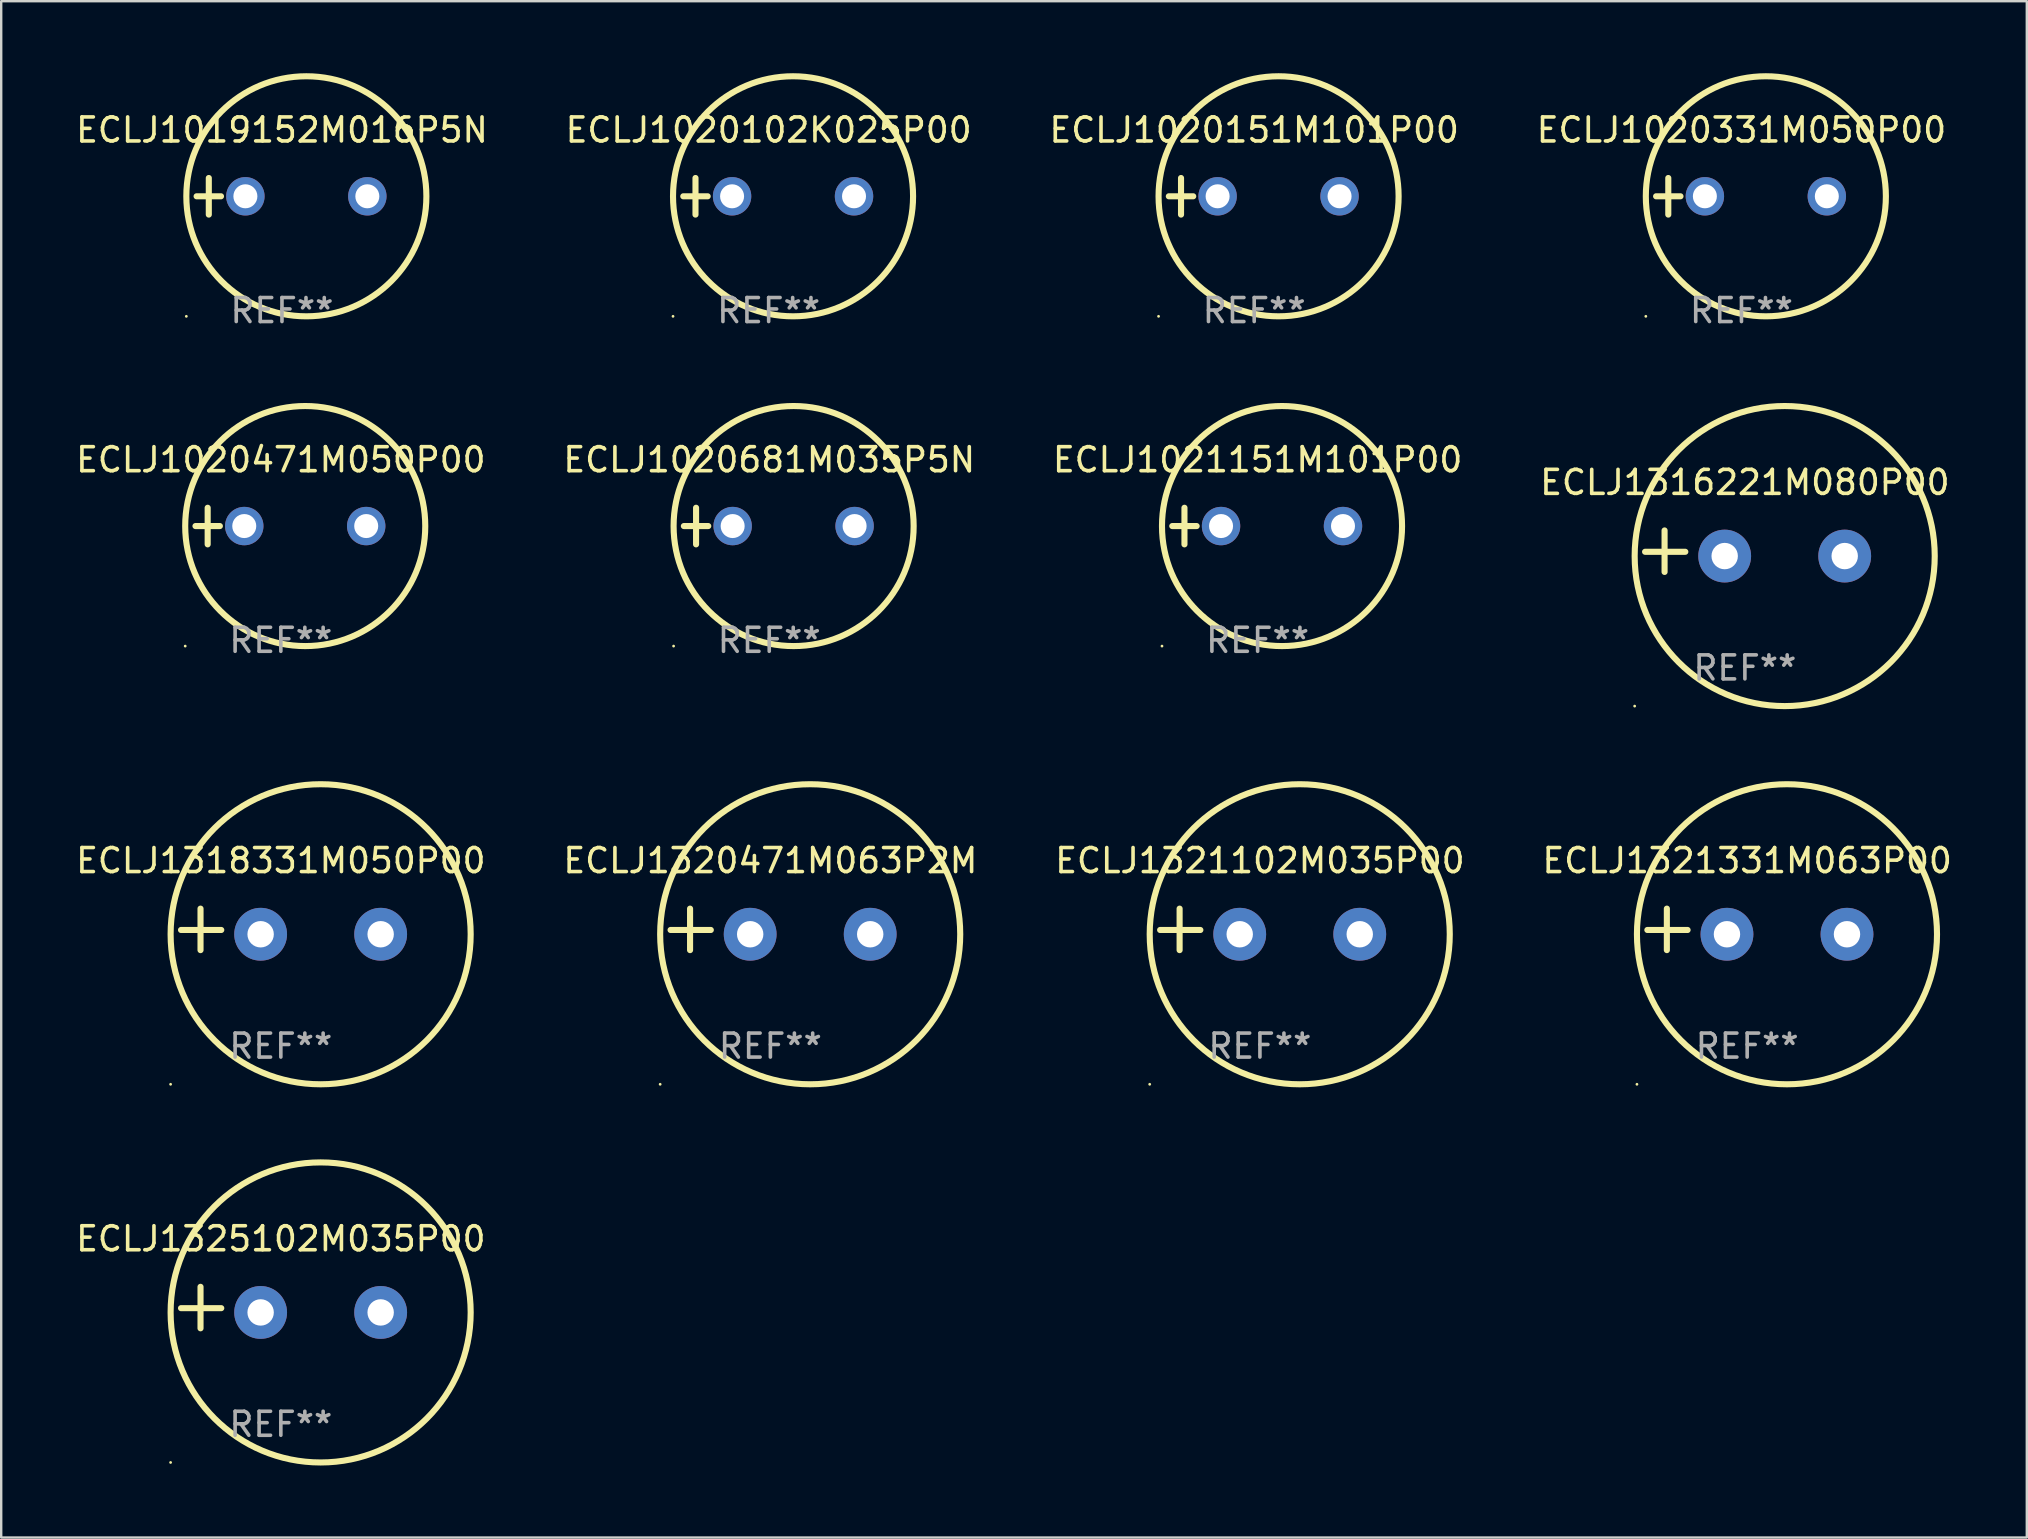
<source format=kicad_pcb>
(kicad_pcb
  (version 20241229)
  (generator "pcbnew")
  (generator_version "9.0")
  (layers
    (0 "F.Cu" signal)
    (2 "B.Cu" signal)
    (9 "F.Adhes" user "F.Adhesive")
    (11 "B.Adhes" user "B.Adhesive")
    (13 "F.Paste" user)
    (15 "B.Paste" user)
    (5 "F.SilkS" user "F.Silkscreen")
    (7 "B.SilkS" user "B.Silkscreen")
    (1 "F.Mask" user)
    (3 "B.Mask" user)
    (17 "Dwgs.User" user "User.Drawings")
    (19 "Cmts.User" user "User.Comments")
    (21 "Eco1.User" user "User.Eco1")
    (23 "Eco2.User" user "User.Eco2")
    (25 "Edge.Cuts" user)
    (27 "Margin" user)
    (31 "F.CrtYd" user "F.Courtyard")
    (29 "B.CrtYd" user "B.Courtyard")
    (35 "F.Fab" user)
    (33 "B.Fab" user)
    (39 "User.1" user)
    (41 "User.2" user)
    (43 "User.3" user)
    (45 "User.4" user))
  (footprint "ECLJ1020151M101P00"
    (layer "F.Cu")
    (at 49.196 5.127)
    (property "Reference" "ECLJ1020151M101P00" (at 0 -2.762 0) (layer "F.SilkS") (effects (font (size 1 1) (thickness 0.15))))
    (attr through_hole)
    (fp_line (start -3.556 0) (end -2.54 0) (stroke (width 0.254) (type solid)) (layer "F.SilkS"))
    (fp_line (start -3.048 -0.762) (end -3.048 0.762) (stroke (width 0.254) (type solid)) (layer "F.SilkS"))
    (fp_circle (center -3.984 5) (end -3.954 5) (stroke (width 0.06) (type solid)) (fill no) (layer "F.SilkS"))
    (fp_circle (center 1.016 0) (end 6.016 0) (stroke (width 0.254) (type solid)) (fill no) (layer "F.SilkS"))
    (fp_text user "REF**" (at 0 4.762 0) (layer "F.Fab") (effects (font (size 1 1) (thickness 0.15))))
    (pad "1" thru_hole circle (at -1.524 0) (size 1.6 1.6) (drill 1) (layers "*.Cu" "*.Mask"))
    (pad "2" thru_hole circle (at 3.556 0) (size 1.6 1.6) (drill 1) (layers "*.Cu" "*.Mask")))
  (footprint "ECLJ1320471M063P2M"
    (layer "F.Cu")
    (at 29.042 35.665)
    (property "Reference" "ECLJ1320471M063P2M" (at 0 -2.864 0) (layer "F.SilkS") (effects (font (size 1 1) (thickness 0.15))))
    (attr through_hole)
    (fp_line (start -3.346 0.864) (end -3.346 -0.864) (stroke (width 0.254) (type solid)) (layer "F.SilkS"))
    (fp_line (start -2.482 0.025) (end -4.158 0.025) (stroke (width 0.254) (type solid)) (layer "F.SilkS"))
    (fp_circle (center -4.592 6.453) (end -4.562 6.453) (stroke (width 0.06) (type solid)) (fill no) (layer "F.SilkS"))
    (fp_circle (center 1.658 0.203) (end 7.908 0.203) (stroke (width 0.254) (type solid)) (fill no) (layer "F.SilkS"))
    (fp_text user "REF**" (at 0 4.864 0) (layer "F.Fab") (effects (font (size 1 1) (thickness 0.15))))
    (pad "1" thru_hole circle (at -0.842 0.203) (size 2.2 2.2) (drill 1.1) (layers "*.Cu" "*.Mask"))
    (pad "2" thru_hole circle (at 4.158 0.203) (size 2.2 2.2) (drill 1.1) (layers "*.Cu" "*.Mask")))
  (footprint "ECLJ1019152M016P5N"
    (layer "F.Cu")
    (at 8.696 5.127)
    (property "Reference" "ECLJ1019152M016P5N" (at 0 -2.762 0) (layer "F.SilkS") (effects (font (size 1 1) (thickness 0.15))))
    (attr through_hole)
    (fp_line (start -3.556 0) (end -2.54 0) (stroke (width 0.254) (type solid)) (layer "F.SilkS"))
    (fp_line (start -3.048 -0.762) (end -3.048 0.762) (stroke (width 0.254) (type solid)) (layer "F.SilkS"))
    (fp_circle (center -3.984 5) (end -3.954 5) (stroke (width 0.06) (type solid)) (fill no) (layer "F.SilkS"))
    (fp_circle (center 1.016 0) (end 6.016 0) (stroke (width 0.254) (type solid)) (fill no) (layer "F.SilkS"))
    (fp_text user "REF**" (at 0 4.762 0) (layer "F.Fab") (effects (font (size 1 1) (thickness 0.15))))
    (pad "1" thru_hole circle (at -1.524 0) (size 1.6 1.6) (drill 1) (layers "*.Cu" "*.Mask"))
    (pad "2" thru_hole circle (at 3.556 0) (size 1.6 1.6) (drill 1) (layers "*.Cu" "*.Mask")))
  (footprint "ECLJ1020681M035P5N"
    (layer "F.Cu")
    (at 28.994 18.864)
    (property "Reference" "ECLJ1020681M035P5N" (at 0 -2.762 0) (layer "F.SilkS") (effects (font (size 1 1) (thickness 0.15))))
    (attr through_hole)
    (fp_line (start -3.556 0) (end -2.54 0) (stroke (width 0.254) (type solid)) (layer "F.SilkS"))
    (fp_line (start -3.048 -0.762) (end -3.048 0.762) (stroke (width 0.254) (type solid)) (layer "F.SilkS"))
    (fp_circle (center -3.984 5) (end -3.954 5) (stroke (width 0.06) (type solid)) (fill no) (layer "F.SilkS"))
    (fp_circle (center 1.016 0) (end 6.016 0) (stroke (width 0.254) (type solid)) (fill no) (layer "F.SilkS"))
    (fp_text user "REF**" (at 0 4.762 0) (layer "F.Fab") (effects (font (size 1 1) (thickness 0.15))))
    (pad "1" thru_hole circle (at -1.524 0) (size 1.6 1.6) (drill 1) (layers "*.Cu" "*.Mask"))
    (pad "2" thru_hole circle (at 3.556 0) (size 1.6 1.6) (drill 1) (layers "*.Cu" "*.Mask")))
  (footprint "ECLJ1321102M035P00"
    (layer "F.Cu")
    (at 49.435 35.665)
    (property "Reference" "ECLJ1321102M035P00" (at 0 -2.864 0) (layer "F.SilkS") (effects (font (size 1 1) (thickness 0.15))))
    (attr through_hole)
    (fp_line (start -3.346 0.864) (end -3.346 -0.864) (stroke (width 0.254) (type solid)) (layer "F.SilkS"))
    (fp_line (start -2.482 0.025) (end -4.158 0.025) (stroke (width 0.254) (type solid)) (layer "F.SilkS"))
    (fp_circle (center -4.592 6.453) (end -4.562 6.453) (stroke (width 0.06) (type solid)) (fill no) (layer "F.SilkS"))
    (fp_circle (center 1.658 0.203) (end 7.908 0.203) (stroke (width 0.254) (type solid)) (fill no) (layer "F.SilkS"))
    (fp_text user "REF**" (at 0 4.864 0) (layer "F.Fab") (effects (font (size 1 1) (thickness 0.15))))
    (pad "1" thru_hole circle (at -0.842 0.203) (size 2.2 2.2) (drill 1.1) (layers "*.Cu" "*.Mask"))
    (pad "2" thru_hole circle (at 4.158 0.203) (size 2.2 2.2) (drill 1.1) (layers "*.Cu" "*.Mask")))
  (footprint "ECLJ1321331M063P00"
    (layer "F.Cu")
    (at 69.732 35.665)
    (property "Reference" "ECLJ1321331M063P00" (at 0 -2.864 0) (layer "F.SilkS") (effects (font (size 1 1) (thickness 0.15))))
    (attr through_hole)
    (fp_line (start -3.346 0.864) (end -3.346 -0.864) (stroke (width 0.254) (type solid)) (layer "F.SilkS"))
    (fp_line (start -2.482 0.025) (end -4.158 0.025) (stroke (width 0.254) (type solid)) (layer "F.SilkS"))
    (fp_circle (center -4.592 6.453) (end -4.562 6.453) (stroke (width 0.06) (type solid)) (fill no) (layer "F.SilkS"))
    (fp_circle (center 1.658 0.203) (end 7.908 0.203) (stroke (width 0.254) (type solid)) (fill no) (layer "F.SilkS"))
    (fp_text user "REF**" (at 0 4.864 0) (layer "F.Fab") (effects (font (size 1 1) (thickness 0.15))))
    (pad "1" thru_hole circle (at -0.842 0.203) (size 2.2 2.2) (drill 1.1) (layers "*.Cu" "*.Mask"))
    (pad "2" thru_hole circle (at 4.158 0.203) (size 2.2 2.2) (drill 1.1) (layers "*.Cu" "*.Mask")))
  (footprint "ECLJ1020331M050P00"
    (layer "F.Cu")
    (at 69.494 5.127)
    (property "Reference" "ECLJ1020331M050P00" (at 0 -2.762 0) (layer "F.SilkS") (effects (font (size 1 1) (thickness 0.15))))
    (attr through_hole)
    (fp_line (start -3.556 0) (end -2.54 0) (stroke (width 0.254) (type solid)) (layer "F.SilkS"))
    (fp_line (start -3.048 -0.762) (end -3.048 0.762) (stroke (width 0.254) (type solid)) (layer "F.SilkS"))
    (fp_circle (center -3.984 5) (end -3.954 5) (stroke (width 0.06) (type solid)) (fill no) (layer "F.SilkS"))
    (fp_circle (center 1.016 0) (end 6.016 0) (stroke (width 0.254) (type solid)) (fill no) (layer "F.SilkS"))
    (fp_text user "REF**" (at 0 4.762 0) (layer "F.Fab") (effects (font (size 1 1) (thickness 0.15))))
    (pad "1" thru_hole circle (at -1.524 0) (size 1.6 1.6) (drill 1) (layers "*.Cu" "*.Mask"))
    (pad "2" thru_hole circle (at 3.556 0) (size 1.6 1.6) (drill 1) (layers "*.Cu" "*.Mask")))
  (footprint "ECLJ1020471M050P00"
    (layer "F.Cu")
    (at 8.649 18.864)
    (property "Reference" "ECLJ1020471M050P00" (at 0 -2.762 0) (layer "F.SilkS") (effects (font (size 1 1) (thickness 0.15))))
    (attr through_hole)
    (fp_line (start -3.556 0) (end -2.54 0) (stroke (width 0.254) (type solid)) (layer "F.SilkS"))
    (fp_line (start -3.048 -0.762) (end -3.048 0.762) (stroke (width 0.254) (type solid)) (layer "F.SilkS"))
    (fp_circle (center -3.984 5) (end -3.954 5) (stroke (width 0.06) (type solid)) (fill no) (layer "F.SilkS"))
    (fp_circle (center 1.016 0) (end 6.016 0) (stroke (width 0.254) (type solid)) (fill no) (layer "F.SilkS"))
    (fp_text user "REF**" (at 0 4.762 0) (layer "F.Fab") (effects (font (size 1 1) (thickness 0.15))))
    (pad "1" thru_hole circle (at -1.524 0) (size 1.6 1.6) (drill 1) (layers "*.Cu" "*.Mask"))
    (pad "2" thru_hole circle (at 3.556 0) (size 1.6 1.6) (drill 1) (layers "*.Cu" "*.Mask")))
  (footprint "ECLJ1020102K025P00"
    (layer "F.Cu")
    (at 28.97 5.127)
    (property "Reference" "ECLJ1020102K025P00" (at 0 -2.762 0) (layer "F.SilkS") (effects (font (size 1 1) (thickness 0.15))))
    (attr through_hole)
    (fp_line (start -3.556 0) (end -2.54 0) (stroke (width 0.254) (type solid)) (layer "F.SilkS"))
    (fp_line (start -3.048 -0.762) (end -3.048 0.762) (stroke (width 0.254) (type solid)) (layer "F.SilkS"))
    (fp_circle (center -3.984 5) (end -3.954 5) (stroke (width 0.06) (type solid)) (fill no) (layer "F.SilkS"))
    (fp_circle (center 1.016 0) (end 6.016 0) (stroke (width 0.254) (type solid)) (fill no) (layer "F.SilkS"))
    (fp_text user "REF**" (at 0 4.762 0) (layer "F.Fab") (effects (font (size 1 1) (thickness 0.15))))
    (pad "1" thru_hole circle (at -1.524 0) (size 1.6 1.6) (drill 1) (layers "*.Cu" "*.Mask"))
    (pad "2" thru_hole circle (at 3.556 0) (size 1.6 1.6) (drill 1) (layers "*.Cu" "*.Mask")))
  (footprint "ECLJ1318331M050P00"
    (layer "F.Cu")
    (at 8.649 35.665)
    (property "Reference" "ECLJ1318331M050P00" (at 0 -2.864 0) (layer "F.SilkS") (effects (font (size 1 1) (thickness 0.15))))
    (attr through_hole)
    (fp_line (start -3.346 0.864) (end -3.346 -0.864) (stroke (width 0.254) (type solid)) (layer "F.SilkS"))
    (fp_line (start -2.482 0.025) (end -4.158 0.025) (stroke (width 0.254) (type solid)) (layer "F.SilkS"))
    (fp_circle (center -4.592 6.453) (end -4.562 6.453) (stroke (width 0.06) (type solid)) (fill no) (layer "F.SilkS"))
    (fp_circle (center 1.658 0.203) (end 7.908 0.203) (stroke (width 0.254) (type solid)) (fill no) (layer "F.SilkS"))
    (fp_text user "REF**" (at 0 4.864 0) (layer "F.Fab") (effects (font (size 1 1) (thickness 0.15))))
    (pad "1" thru_hole circle (at -0.842 0.203) (size 2.2 2.2) (drill 1.1) (layers "*.Cu" "*.Mask"))
    (pad "2" thru_hole circle (at 4.158 0.203) (size 2.2 2.2) (drill 1.1) (layers "*.Cu" "*.Mask")))
  (footprint "ECLJ1021151M101P00"
    (layer "F.Cu")
    (at 49.339 18.864)
    (property "Reference" "ECLJ1021151M101P00" (at 0 -2.762 0) (layer "F.SilkS") (effects (font (size 1 1) (thickness 0.15))))
    (attr through_hole)
    (fp_line (start -3.556 0) (end -2.54 0) (stroke (width 0.254) (type solid)) (layer "F.SilkS"))
    (fp_line (start -3.048 -0.762) (end -3.048 0.762) (stroke (width 0.254) (type solid)) (layer "F.SilkS"))
    (fp_circle (center -3.984 5) (end -3.954 5) (stroke (width 0.06) (type solid)) (fill no) (layer "F.SilkS"))
    (fp_circle (center 1.016 0) (end 6.016 0) (stroke (width 0.254) (type solid)) (fill no) (layer "F.SilkS"))
    (fp_text user "REF**" (at 0 4.762 0) (layer "F.Fab") (effects (font (size 1 1) (thickness 0.15))))
    (pad "1" thru_hole circle (at -1.524 0) (size 1.6 1.6) (drill 1) (layers "*.Cu" "*.Mask"))
    (pad "2" thru_hole circle (at 3.556 0) (size 1.6 1.6) (drill 1) (layers "*.Cu" "*.Mask")))
  (footprint "ECLJ1316221M080P00"
    (layer "F.Cu")
    (at 69.637 19.911)
    (property "Reference" "ECLJ1316221M080P00" (at 0 -2.864 0) (layer "F.SilkS") (effects (font (size 1 1) (thickness 0.15))))
    (attr through_hole)
    (fp_line (start -3.346 0.864) (end -3.346 -0.864) (stroke (width 0.254) (type solid)) (layer "F.SilkS"))
    (fp_line (start -2.482 0.025) (end -4.158 0.025) (stroke (width 0.254) (type solid)) (layer "F.SilkS"))
    (fp_circle (center -4.592 6.453) (end -4.562 6.453) (stroke (width 0.06) (type solid)) (fill no) (layer "F.SilkS"))
    (fp_circle (center 1.658 0.203) (end 7.908 0.203) (stroke (width 0.254) (type solid)) (fill no) (layer "F.SilkS"))
    (fp_text user "REF**" (at 0 4.864 0) (layer "F.Fab") (effects (font (size 1 1) (thickness 0.15))))
    (pad "1" thru_hole circle (at -0.842 0.203) (size 2.2 2.2) (drill 1.1) (layers "*.Cu" "*.Mask"))
    (pad "2" thru_hole circle (at 4.158 0.203) (size 2.2 2.2) (drill 1.1) (layers "*.Cu" "*.Mask")))
  (footprint "ECLJ1325102M035P00"
    (layer "F.Cu")
    (at 8.649 51.419)
    (property "Reference" "ECLJ1325102M035P00" (at 0 -2.864 0) (layer "F.SilkS") (effects (font (size 1 1) (thickness 0.15))))
    (attr through_hole)
    (fp_line (start -3.346 0.864) (end -3.346 -0.864) (stroke (width 0.254) (type solid)) (layer "F.SilkS"))
    (fp_line (start -2.482 0.025) (end -4.158 0.025) (stroke (width 0.254) (type solid)) (layer "F.SilkS"))
    (fp_circle (center -4.592 6.453) (end -4.562 6.453) (stroke (width 0.06) (type solid)) (fill no) (layer "F.SilkS"))
    (fp_circle (center 1.658 0.203) (end 7.908 0.203) (stroke (width 0.254) (type solid)) (fill no) (layer "F.SilkS"))
    (fp_text user "REF**" (at 0 4.864 0) (layer "F.Fab") (effects (font (size 1 1) (thickness 0.15))))
    (pad "1" thru_hole circle (at -0.842 0.203) (size 2.2 2.2) (drill 1.1) (layers "*.Cu" "*.Mask"))
    (pad "2" thru_hole circle (at 4.158 0.203) (size 2.2 2.2) (drill 1.1) (layers "*.Cu" "*.Mask")))
  (gr_rect
    (start -3 -3)
    (end 81.381 60.999)
    (stroke (width 0.1) (type default))
    (fill no)
    (layer "Edge.Cuts")))
</source>
